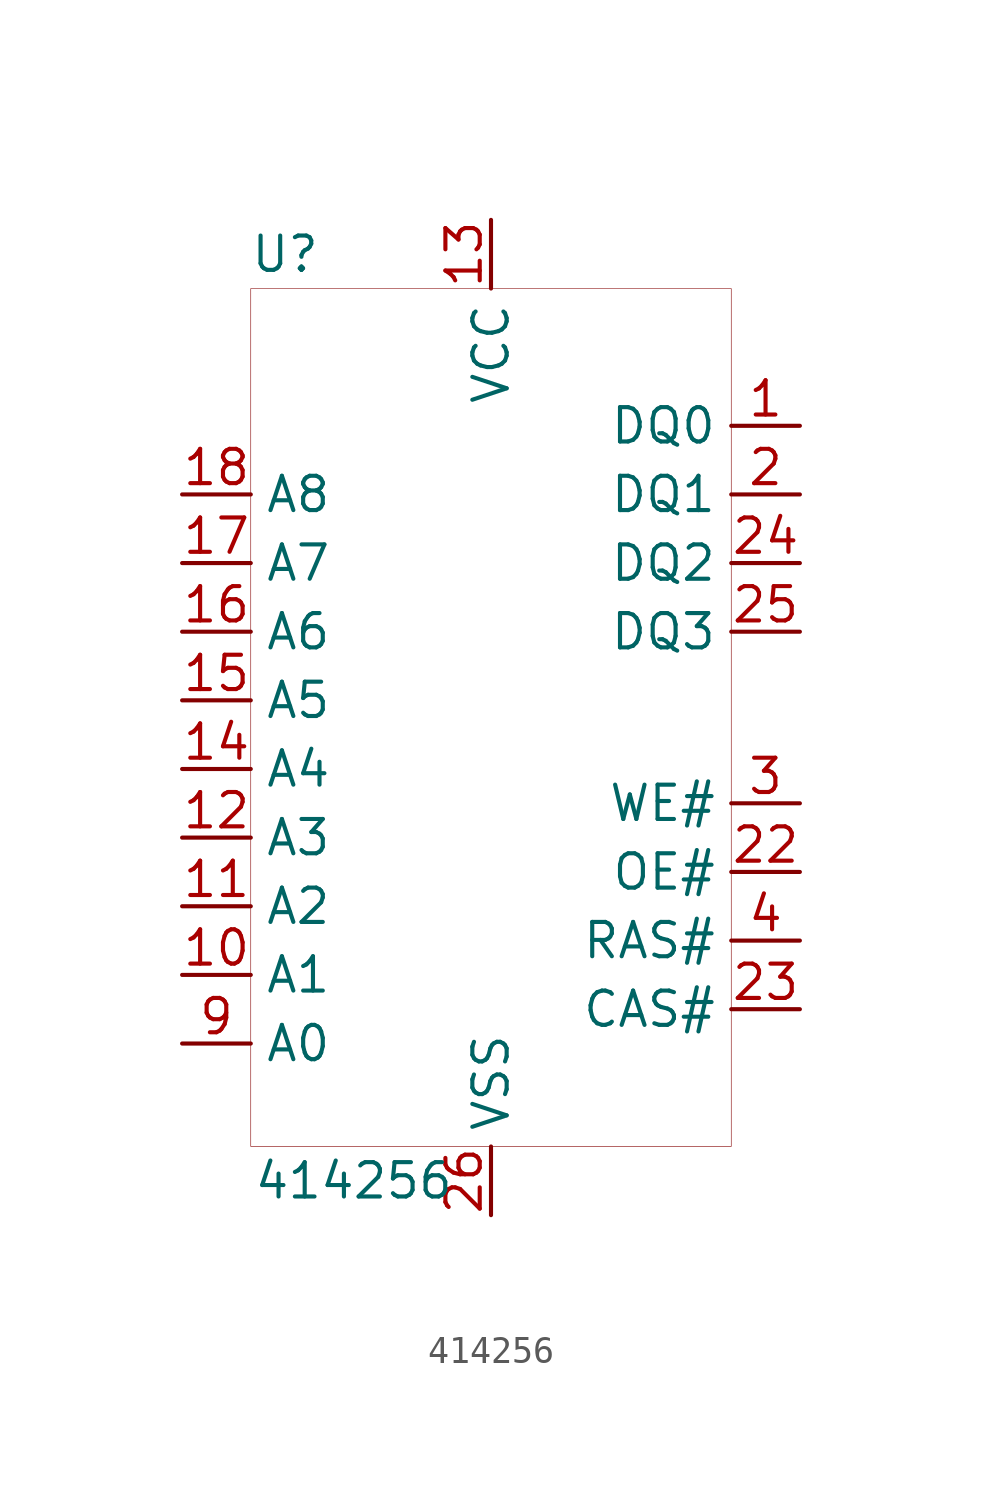
<source format=kicad_sym>
(kicad_symbol_lib
  (version 20201005)
  (generator kicad_symbol_editor)
  (symbol "ram:414256"
    (property "Reference" "U"
      (at -7.62 11.43 0)
      (effects (font (size 1.27 1.27))))
    (property "Value" "414256"
      (at -5.08 -22.86 0)
      (effects (font (size 1.27 1.27))))
    (symbol "414256_0_1"
      (polyline (pts (xy -8.89 10.16) (xy -8.89 -21.59) (xy 8.89 -21.59) (xy 8.89 10.16) (xy -8.89 10.16)) (stroke (width 0.001)) (fill (type none))))
    (symbol "414256_1_1"
      (pin bidirectional line (at 11.43 5.08 180) (length 2.54) (name "DQ0" (effects (font (size 1.27 1.27)))) (number "1" (effects (font (size 1.27 1.27)))))
      (pin input line (at -11.43 -15.24 0) (length 2.54) (name "A1" (effects (font (size 1.27 1.27)))) (number "10" (effects (font (size 1.27 1.27)))))
      (pin input line (at -11.43 -12.7 0) (length 2.54) (name "A2" (effects (font (size 1.27 1.27)))) (number "11" (effects (font (size 1.27 1.27)))))
      (pin input line (at -11.43 -10.16 0) (length 2.54) (name "A3" (effects (font (size 1.27 1.27)))) (number "12" (effects (font (size 1.27 1.27)))))
      (pin power_in line (at 0 12.7 270) (length 2.54) (name "VCC" (effects (font (size 1.27 1.27)))) (number "13" (effects (font (size 1.27 1.27)))))
      (pin input line (at -11.43 -7.62 0) (length 2.54) (name "A4" (effects (font (size 1.27 1.27)))) (number "14" (effects (font (size 1.27 1.27)))))
      (pin input line (at -11.43 -5.08 0) (length 2.54) (name "A5" (effects (font (size 1.27 1.27)))) (number "15" (effects (font (size 1.27 1.27)))))
      (pin input line (at -11.43 -2.54 0) (length 2.54) (name "A6" (effects (font (size 1.27 1.27)))) (number "16" (effects (font (size 1.27 1.27)))))
      (pin input line (at -11.43 0 0) (length 2.54) (name "A7" (effects (font (size 1.27 1.27)))) (number "17" (effects (font (size 1.27 1.27)))))
      (pin input line (at -11.43 2.54 0) (length 2.54) (name "A8" (effects (font (size 1.27 1.27)))) (number "18" (effects (font (size 1.27 1.27)))))
      (pin bidirectional line (at 11.43 2.54 180) (length 2.54) (name "DQ1" (effects (font (size 1.27 1.27)))) (number "2" (effects (font (size 1.27 1.27)))))
      (pin input line (at 11.43 -11.43 180) (length 2.54) (name "OE#" (effects (font (size 1.27 1.27)))) (number "22" (effects (font (size 1.27 1.27)))))
      (pin input line (at 11.43 -16.51 180) (length 2.54) (name "CAS#" (effects (font (size 1.27 1.27)))) (number "23" (effects (font (size 1.27 1.27)))))
      (pin bidirectional line (at 11.43 0 180) (length 2.54) (name "DQ2" (effects (font (size 1.27 1.27)))) (number "24" (effects (font (size 1.27 1.27)))))
      (pin bidirectional line (at 11.43 -2.54 180) (length 2.54) (name "DQ3" (effects (font (size 1.27 1.27)))) (number "25" (effects (font (size 1.27 1.27)))))
      (pin power_in line (at 0 -24.13 90) (length 2.54) (name "VSS" (effects (font (size 1.27 1.27)))) (number "26" (effects (font (size 1.27 1.27)))))
      (pin input line (at 11.43 -8.89 180) (length 2.54) (name "WE#" (effects (font (size 1.27 1.27)))) (number "3" (effects (font (size 1.27 1.27)))))
      (pin input line (at 11.43 -13.97 180) (length 2.54) (name "RAS#" (effects (font (size 1.27 1.27)))) (number "4" (effects (font (size 1.27 1.27)))))
      (pin input line (at -11.43 -17.78 0) (length 2.54) (name "A0" (effects (font (size 1.27 1.27)))) (number "9" (effects (font (size 1.27 1.27))))))))
</source>
